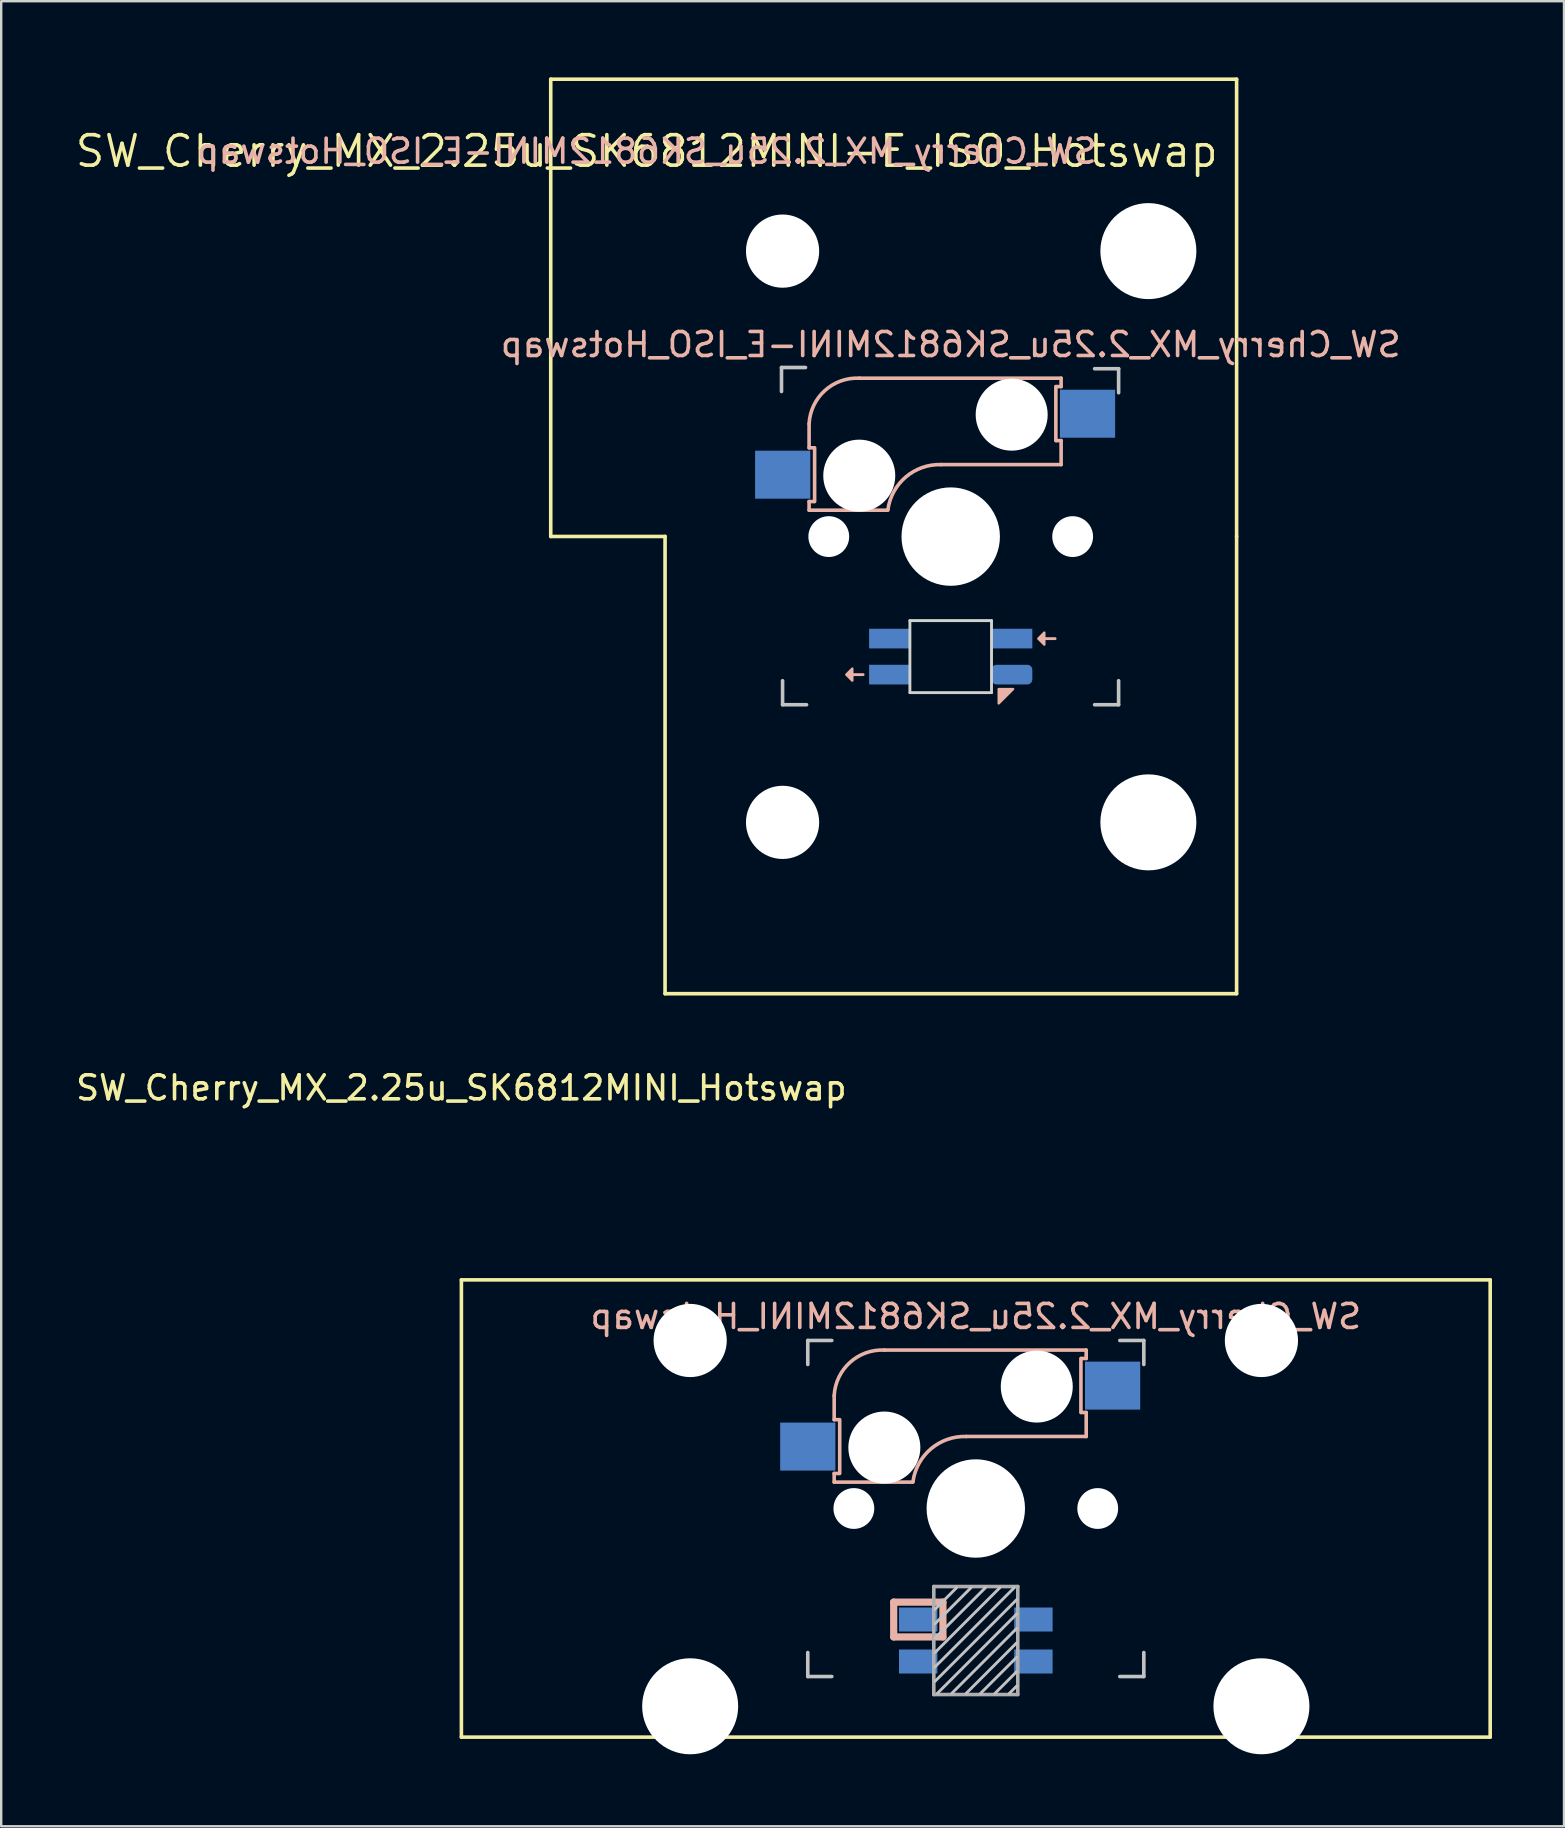
<source format=kicad_pcb>
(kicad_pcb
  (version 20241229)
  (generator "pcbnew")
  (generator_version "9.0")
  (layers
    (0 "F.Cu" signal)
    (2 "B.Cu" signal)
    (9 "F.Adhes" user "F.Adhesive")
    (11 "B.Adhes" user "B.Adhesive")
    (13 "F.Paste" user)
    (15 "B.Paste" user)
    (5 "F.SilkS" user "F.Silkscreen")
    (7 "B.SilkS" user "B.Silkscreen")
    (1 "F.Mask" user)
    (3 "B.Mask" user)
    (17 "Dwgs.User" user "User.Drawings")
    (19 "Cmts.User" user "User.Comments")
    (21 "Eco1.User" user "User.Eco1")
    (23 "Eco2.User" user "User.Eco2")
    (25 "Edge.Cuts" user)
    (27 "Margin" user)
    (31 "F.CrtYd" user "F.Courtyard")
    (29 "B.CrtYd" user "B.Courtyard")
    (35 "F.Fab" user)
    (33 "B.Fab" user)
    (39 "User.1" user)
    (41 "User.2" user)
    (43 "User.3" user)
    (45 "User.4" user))
  (footprint "SW_Cherry_MX_2.25u_SK6812MINI_Hotswap"
    (layer "F.Cu")
    (at 16.173 50.273)
    (property "Reference" "SW_Cherry_MX_2.25u_SK6812MINI_Hotswap" (at 0 -8 0) (unlocked yes) (layer "F.SilkS") (effects (font (size 1 1) (thickness 0.15))))
    (attr through_hole)
    (fp_line (start 0 0) (end 42.862 0) (stroke (width 0.15) (type solid)) (layer "F.SilkS"))
    (fp_line (start 0 19.05) (end 0 0) (stroke (width 0.15) (type solid)) (layer "F.SilkS"))
    (fp_line (start 42.862 0) (end 42.862 19.05) (stroke (width 0.15) (type solid)) (layer "F.SilkS"))
    (fp_line (start 42.862 19.05) (end 0 19.05) (stroke (width 0.15) (type solid)) (layer "F.SilkS"))
    (fp_line (start 15.531 4.825) (end 15.531 5.825) (stroke (width 0.15) (type solid)) (layer "B.SilkS"))
    (fp_line (start 15.531 5.825) (end 15.731 5.825) (stroke (width 0.15) (type solid)) (layer "B.SilkS"))
    (fp_line (start 15.531 8.425) (end 15.531 8.065) (stroke (width 0.15) (type solid)) (layer "B.SilkS"))
    (fp_line (start 15.531 8.425) (end 18.811 8.425) (stroke (width 0.15) (type solid)) (layer "B.SilkS"))
    (fp_line (start 15.731 8.065) (end 15.531 8.065) (stroke (width 0.15) (type solid)) (layer "B.SilkS"))
    (fp_line (start 15.761 5.825) (end 15.761 8.065) (stroke (width 0.15) (type solid)) (layer "B.SilkS"))
    (fp_line (start 18.011 13.425) (end 20.061 13.425) (stroke (width 0.3) (type solid)) (layer "B.SilkS"))
    (fp_line (start 18.011 14.875) (end 18.011 13.425) (stroke (width 0.3) (type solid)) (layer "B.SilkS"))
    (fp_line (start 20.061 13.425) (end 20.061 14.875) (stroke (width 0.3) (type solid)) (layer "B.SilkS"))
    (fp_line (start 20.061 14.875) (end 18.011 14.875) (stroke (width 0.3) (type solid)) (layer "B.SilkS"))
    (fp_line (start 21.031 6.525) (end 26.031 6.525) (stroke (width 0.15) (type solid)) (layer "B.SilkS"))
    (fp_line (start 25.811 5.525) (end 25.811 3.275) (stroke (width 0.15) (type solid)) (layer "B.SilkS"))
    (fp_line (start 25.831 3.275) (end 26.031 3.275) (stroke (width 0.15) (type solid)) (layer "B.SilkS"))
    (fp_line (start 26.031 2.925) (end 17.631 2.925) (stroke (width 0.15) (type solid)) (layer "B.SilkS"))
    (fp_line (start 26.031 3.275) (end 26.031 2.925) (stroke (width 0.15) (type solid)) (layer "B.SilkS"))
    (fp_line (start 26.031 5.525) (end 25.831 5.525) (stroke (width 0.15) (type solid)) (layer "B.SilkS"))
    (fp_line (start 26.031 6.525) (end 26.031 5.525) (stroke (width 0.15) (type solid)) (layer "B.SilkS"))
    (fp_arc (start 15.53125 4.825001) (mid 16.187746 3.440076) (end 17.631249 2.925) (stroke (width 0.15) (type solid)) (layer "B.SilkS"))
    (fp_arc (start 18.814932 8.403529) (mid 19.562541 7.038882) (end 21.03125 6.525) (stroke (width 0.15) (type solid)) (layer "B.SilkS"))
    (fp_line (start 14.431 2.525) (end 15.431 2.525) (stroke (width 0.15) (type solid)) (layer "Dwgs.User"))
    (fp_line (start 14.431 3.525) (end 14.431 2.525) (stroke (width 0.15) (type solid)) (layer "Dwgs.User"))
    (fp_line (start 14.431 15.525) (end 14.431 16.525) (stroke (width 0.15) (type solid)) (layer "Dwgs.User"))
    (fp_line (start 14.431 16.525) (end 15.431 16.525) (stroke (width 0.15) (type solid)) (layer "Dwgs.User"))
    (fp_line (start 20.631 12.825) (end 19.731 13.725) (stroke (width 0.12) (type solid)) (layer "Dwgs.User"))
    (fp_line (start 21.231 12.825) (end 19.731 14.325) (stroke (width 0.12) (type solid)) (layer "Dwgs.User"))
    (fp_line (start 21.831 12.825) (end 19.731 14.925) (stroke (width 0.12) (type solid)) (layer "Dwgs.User"))
    (fp_line (start 22.431 12.825) (end 19.731 15.525) (stroke (width 0.12) (type solid)) (layer "Dwgs.User"))
    (fp_line (start 23.031 12.825) (end 19.731 16.125) (stroke (width 0.12) (type solid)) (layer "Dwgs.User"))
    (fp_line (start 23.131 13.325) (end 19.731 16.725) (stroke (width 0.12) (type solid)) (layer "Dwgs.User"))
    (fp_line (start 23.131 13.925) (end 19.831 17.225) (stroke (width 0.12) (type solid)) (layer "Dwgs.User"))
    (fp_line (start 23.131 14.525) (end 20.431 17.225) (stroke (width 0.12) (type solid)) (layer "Dwgs.User"))
    (fp_line (start 23.131 15.125) (end 21.031 17.225) (stroke (width 0.12) (type solid)) (layer "Dwgs.User"))
    (fp_line (start 23.131 15.725) (end 21.631 17.225) (stroke (width 0.12) (type solid)) (layer "Dwgs.User"))
    (fp_line (start 23.131 16.325) (end 22.231 17.225) (stroke (width 0.12) (type solid)) (layer "Dwgs.User"))
    (fp_line (start 23.131 16.925) (end 22.831 17.225) (stroke (width 0.12) (type solid)) (layer "Dwgs.User"))
    (fp_line (start 27.431 16.525) (end 28.431 16.525) (stroke (width 0.15) (type solid)) (layer "Dwgs.User"))
    (fp_line (start 28.431 2.525) (end 27.431 2.525) (stroke (width 0.15) (type solid)) (layer "Dwgs.User"))
    (fp_line (start 28.431 2.525) (end 28.431 3.525) (stroke (width 0.15) (type solid)) (layer "Dwgs.User"))
    (fp_line (start 28.431 16.525) (end 28.431 15.525) (stroke (width 0.15) (type solid)) (layer "Dwgs.User"))
    (fp_line (start 5.301 17.297) (end 5.302 3.835) (stroke (width 0.05) (type solid)) (layer "Eco1.User"))
    (fp_line (start 5.302 3.835) (end 14.38 3.835) (stroke (width 0.05) (type solid)) (layer "Eco1.User"))
    (fp_line (start 11.779 16.129) (end 11.779 17.297) (stroke (width 0.05) (type solid)) (layer "Eco1.User"))
    (fp_line (start 11.779 17.297) (end 5.301 17.297) (stroke (width 0.05) (type solid)) (layer "Eco1.User"))
    (fp_line (start 14.38 2.475) (end 14.38 3.835) (stroke (width 0.05) (type solid)) (layer "Eco1.User"))
    (fp_line (start 14.38 2.475) (end 28.48 2.475) (stroke (width 0.05) (type solid)) (layer "Eco1.User"))
    (fp_line (start 14.38 16.13) (end 11.779 16.129) (stroke (width 0.05) (type solid)) (layer "Eco1.User"))
    (fp_line (start 14.38 16.13) (end 14.38 16.576) (stroke (width 0.05) (type solid)) (layer "Eco1.User"))
    (fp_line (start 14.446 16.51) (end 14.446 16.129) (stroke (width 0.05) (type solid)) (layer "Eco1.User"))
    (fp_line (start 28.48 2.475) (end 28.48 3.835) (stroke (width 0.05) (type solid)) (layer "Eco1.User"))
    (fp_line (start 28.48 16.13) (end 28.48 16.576) (stroke (width 0.05) (type solid)) (layer "Eco1.User"))
    (fp_line (start 28.48 16.13) (end 31.083 16.129) (stroke (width 0.05) (type solid)) (layer "Eco1.User"))
    (fp_line (start 28.48 16.576) (end 14.38 16.576) (stroke (width 0.05) (type solid)) (layer "Eco1.User"))
    (fp_line (start 31.083 16.129) (end 30.042 16.129) (stroke (width 0.05) (type solid)) (layer "Eco1.User"))
    (fp_line (start 31.083 17.297) (end 31.083 16.129) (stroke (width 0.05) (type solid)) (layer "Eco1.User"))
    (fp_line (start 31.083 17.297) (end 37.561 17.297) (stroke (width 0.05) (type solid)) (layer "Eco1.User"))
    (fp_line (start 37.56 3.835) (end 28.48 3.835) (stroke (width 0.05) (type solid)) (layer "Eco1.User"))
    (fp_line (start 37.561 17.297) (end 37.56 3.835) (stroke (width 0.05) (type solid)) (layer "Eco1.User"))
    (fp_line (start 19.681 12.775) (end 19.681 17.275) (stroke (width 0.15) (type solid)) (layer "F.Fab"))
    (fp_line (start 19.681 12.775) (end 23.181 12.775) (stroke (width 0.15) (type solid)) (layer "F.Fab"))
    (fp_line (start 23.181 12.775) (end 23.181 17.275) (stroke (width 0.15) (type solid)) (layer "F.Fab"))
    (fp_line (start 23.181 17.275) (end 19.681 17.275) (stroke (width 0.15) (type solid)) (layer "F.Fab"))
    (fp_text user "${REFERENCE}" (at 21.431 1.525 0) (layer "B.SilkS") (effects (font (size 1 1) (thickness 0.15)) (justify mirror)))
    (pad "" np_thru_hole circle (at 9.531 2.525) (size 3.05 3.05) (drill 3.05) (layers "*.Cu" "*.Mask"))
    (pad "" np_thru_hole circle (at 9.531 17.765) (size 4 4) (drill 4) (layers "*.Cu" "*.Mask"))
    (pad "" np_thru_hole circle (at 16.351 9.525) (size 1.7 1.7) (drill 1.7) (layers "*.Cu" "*.Mask"))
    (pad "" np_thru_hole circle (at 17.621 6.985 180) (size 3 3) (drill 3) (layers "*.Cu" "*.Mask"))
    (pad "" np_thru_hole circle (at 21.431 9.525 90) (size 4.1 4.1) (drill 4.1) (layers "*.Cu" "*.Mask"))
    (pad "" np_thru_hole circle (at 23.971 4.445 180) (size 3 3) (drill 3) (layers "*.Cu" "*.Mask"))
    (pad "" np_thru_hole circle (at 26.511 9.525) (size 1.7 1.7) (drill 1.7) (layers "*.Cu" "*.Mask"))
    (pad "" np_thru_hole circle (at 33.331 2.525) (size 3.05 3.05) (drill 3.05) (layers "*.Cu" "*.Mask"))
    (pad "" np_thru_hole circle (at 33.331 17.765) (size 4 4) (drill 4) (layers "*.Cu" "*.Mask"))
    (pad "1" smd rect (at 14.431 6.945 180) (size 2.3 2) (layers "B.Cu" "B.Mask" "B.Paste"))
    (pad "2" smd rect (at 27.131 4.405 180) (size 2.3 2) (layers "B.Cu" "B.Mask" "B.Paste"))
    (pad "3" smd rect (at 19.031 14.15) (size 1.6 1) (layers "B.Cu" "B.Mask" "B.Paste"))
    (pad "4" smd rect (at 19.031 15.9) (size 1.6 1) (layers "B.Cu" "B.Mask" "B.Paste"))
    (pad "5" smd rect (at 23.831 15.9) (size 1.6 1) (layers "B.Cu" "B.Mask" "B.Paste"))
    (pad "6" smd rect (at 23.831 14.15) (size 1.6 1) (layers "B.Cu" "B.Mask" "B.Paste")))
  (footprint "SW_Cherry_MX_2.25u_SK6812MINI-E_ISO_Hotswap"
    (layer "F.Cu")
    (at 19.895 0.25)
    (property "Reference" "SW_Cherry_MX_2.25u_SK6812MINI-E_ISO_Hotswap" (at 4 3 0) (layer "F.SilkS") (effects (font (size 1.27 1.27) (thickness 0.15))))
    (attr smd)
    (fp_line (start 0 0) (end 28.575 0) (stroke (width 0.15) (type solid)) (layer "F.SilkS"))
    (fp_line (start 0 19.05) (end 0 0) (stroke (width 0.15) (type solid)) (layer "F.SilkS"))
    (fp_line (start 0 19.05) (end 4.763 19.05) (stroke (width 0.15) (type solid)) (layer "F.SilkS"))
    (fp_line (start 4.763 19.05) (end 4.763 38.1) (stroke (width 0.15) (type solid)) (layer "F.SilkS"))
    (fp_line (start 4.763 38.1) (end 28.575 38.1) (stroke (width 0.15) (type solid)) (layer "F.SilkS"))
    (fp_line (start 28.575 0) (end 28.575 19.05) (stroke (width 0.15) (type solid)) (layer "F.SilkS"))
    (fp_line (start 28.575 19.05) (end 28.575 38.1) (stroke (width 0.15) (type solid)) (layer "F.SilkS"))
    (fp_line (start 10.764 14.357) (end 10.764 15.357) (stroke (width 0.15) (type solid)) (layer "B.SilkS"))
    (fp_line (start 10.764 15.357) (end 10.964 15.357) (stroke (width 0.15) (type solid)) (layer "B.SilkS"))
    (fp_line (start 10.764 17.956) (end 10.764 17.596) (stroke (width 0.15) (type solid)) (layer "B.SilkS"))
    (fp_line (start 10.764 17.956) (end 14.044 17.956) (stroke (width 0.15) (type solid)) (layer "B.SilkS"))
    (fp_line (start 10.964 17.596) (end 10.764 17.596) (stroke (width 0.15) (type solid)) (layer "B.SilkS"))
    (fp_line (start 10.994 15.357) (end 10.994 17.596) (stroke (width 0.15) (type solid)) (layer "B.SilkS"))
    (fp_line (start 12.564 24.806) (end 13.014 24.806) (stroke (width 0.12) (type solid)) (layer "B.SilkS"))
    (fp_line (start 16.264 16.056) (end 21.264 16.056) (stroke (width 0.15) (type solid)) (layer "B.SilkS"))
    (fp_line (start 20.564 23.306) (end 21.014 23.306) (stroke (width 0.12) (type solid)) (layer "B.SilkS"))
    (fp_line (start 21.044 15.056) (end 21.044 12.806) (stroke (width 0.15) (type solid)) (layer "B.SilkS"))
    (fp_line (start 21.064 12.806) (end 21.264 12.806) (stroke (width 0.15) (type solid)) (layer "B.SilkS"))
    (fp_line (start 21.264 12.457) (end 12.864 12.457) (stroke (width 0.15) (type solid)) (layer "B.SilkS"))
    (fp_line (start 21.264 12.806) (end 21.264 12.457) (stroke (width 0.15) (type solid)) (layer "B.SilkS"))
    (fp_line (start 21.264 15.056) (end 21.064 15.056) (stroke (width 0.15) (type solid)) (layer "B.SilkS"))
    (fp_line (start 21.264 16.056) (end 21.264 15.056) (stroke (width 0.15) (type solid)) (layer "B.SilkS"))
    (fp_arc (start 10.76435 14.356501) (mid 11.420846 12.971576) (end 12.864349 12.4565) (stroke (width 0.15) (type solid)) (layer "B.SilkS"))
    (fp_arc (start 14.048032 17.935029) (mid 14.795641 16.570382) (end 16.26435 16.0565) (stroke (width 0.15) (type solid)) (layer "B.SilkS"))
    (fp_poly (pts (xy 12.564 24.556) (xy 12.314 24.806) (xy 12.564 25.056)) (stroke (width 0.1) (type solid)) (fill yes) (layer "B.SilkS"))
    (fp_poly (pts (xy 18.664 26.006) (xy 18.664 25.407) (xy 19.264 25.407)) (stroke (width 0.1) (type solid)) (fill yes) (layer "B.SilkS"))
    (fp_poly (pts (xy 20.564 23.056) (xy 20.314 23.306) (xy 20.564 23.556)) (stroke (width 0.1) (type solid)) (fill yes) (layer "B.SilkS"))
    (fp_line (start 9.614 12.011) (end 9.614 13.011) (stroke (width 0.15) (type solid)) (layer "Dwgs.User"))
    (fp_line (start 9.614 12.011) (end 10.614 12.011) (stroke (width 0.15) (type solid)) (layer "Dwgs.User"))
    (fp_line (start 9.659 26.061) (end 9.659 25.061) (stroke (width 0.15) (type solid)) (layer "Dwgs.User"))
    (fp_line (start 10.659 26.061) (end 9.659 26.061) (stroke (width 0.15) (type solid)) (layer "Dwgs.User"))
    (fp_line (start 22.659 26.061) (end 23.659 26.061) (stroke (width 0.15) (type solid)) (layer "Dwgs.User"))
    (fp_line (start 23.659 12.062) (end 22.659 12.062) (stroke (width 0.15) (type solid)) (layer "Dwgs.User"))
    (fp_line (start 23.659 13.062) (end 23.659 12.062) (stroke (width 0.15) (type solid)) (layer "Dwgs.User"))
    (fp_line (start 23.659 26.061) (end 23.659 25.061) (stroke (width 0.15) (type solid)) (layer "Dwgs.User"))
    (fp_line (start 9.614 12.007) (end 10.614 12.007) (stroke (width 0.05) (type solid)) (layer "Eco1.User"))
    (fp_line (start 9.614 26.107) (end 9.614 12.007) (stroke (width 0.05) (type solid)) (layer "Eco1.User"))
    (fp_line (start 9.614 26.107) (end 10.614 26.107) (stroke (width 0.05) (type solid)) (layer "Eco1.User"))
    (fp_line (start 9.619 12.007) (end 10.614 12.007) (stroke (width 0.05) (type solid)) (layer "Eco1.User"))
    (fp_line (start 10.614 12.007) (end 10.614 3.557) (stroke (width 0.05) (type solid)) (layer "Eco1.User"))
    (fp_line (start 10.614 34.556) (end 10.614 26.107) (stroke (width 0.05) (type solid)) (layer "Eco1.User"))
    (fp_line (start 23.714 19.056) (end 23.714 10.556) (stroke (width 0.05) (type default)) (layer "Eco1.User"))
    (fp_line (start 23.714 19.056) (end 23.714 27.556) (stroke (width 0.05) (type solid)) (layer "Eco1.User"))
    (fp_line (start 23.714 27.556) (end 25.714 27.556) (stroke (width 0.05) (type solid)) (layer "Eco1.User"))
    (fp_line (start 25.714 3.557) (end 10.614 3.557) (stroke (width 0.05) (type solid)) (layer "Eco1.User"))
    (fp_line (start 25.714 10.556) (end 23.714 10.556) (stroke (width 0.05) (type solid)) (layer "Eco1.User"))
    (fp_line (start 25.714 10.556) (end 25.714 3.557) (stroke (width 0.05) (type solid)) (layer "Eco1.User"))
    (fp_line (start 25.714 27.556) (end 25.714 34.556) (stroke (width 0.05) (type solid)) (layer "Eco1.User"))
    (fp_line (start 25.714 34.556) (end 10.614 34.556) (stroke (width 0.05) (type solid)) (layer "Eco1.User"))
    (fp_line (start 14.964 22.556) (end 18.364 22.556) (stroke (width 0.12) (type solid)) (layer "Edge.Cuts"))
    (fp_line (start 14.964 25.556) (end 14.964 22.556) (stroke (width 0.12) (type solid)) (layer "Edge.Cuts"))
    (fp_line (start 18.364 22.556) (end 18.364 25.556) (stroke (width 0.12) (type solid)) (layer "Edge.Cuts"))
    (fp_line (start 18.364 25.556) (end 14.964 25.556) (stroke (width 0.12) (type solid)) (layer "Edge.Cuts"))
    (fp_text user "${REFERENCE}" (at 16.664 11.056 0) (layer "B.SilkS") (effects (font (size 1 1) (thickness 0.15)) (justify mirror)))
    (fp_text user "${REFERENCE}" (at 4 3 0) (layer "B.SilkS") (effects (font (size 1 1) (thickness 0.15)) (justify mirror)))
    (pad "" np_thru_hole circle (at 9.659 7.162 90) (size 3.05 3.05) (drill 3.05) (layers "*.Cu" "*.Mask"))
    (pad "" np_thru_hole circle (at 9.659 30.962 90) (size 3.05 3.05) (drill 3.05) (layers "*.Cu" "*.Mask"))
    (pad "" np_thru_hole circle (at 11.584 19.056) (size 1.7 1.7) (drill 1.7) (layers "*.Cu" "*.Mask"))
    (pad "" np_thru_hole circle (at 12.854 16.517 180) (size 3 3) (drill 3) (layers "*.Cu" "*.Mask"))
    (pad "" np_thru_hole circle (at 16.664 19.056 90) (size 4.1 4.1) (drill 4.1) (layers "*.Cu" "*.Mask"))
    (pad "" np_thru_hole circle (at 19.204 13.976 180) (size 3 3) (drill 3) (layers "*.Cu" "*.Mask"))
    (pad "" np_thru_hole circle (at 21.744 19.056) (size 1.7 1.7) (drill 1.7) (layers "*.Cu" "*.Mask"))
    (pad "" np_thru_hole circle (at 24.899 7.162 90) (size 4 4) (drill 4) (layers "*.Cu" "*.Mask"))
    (pad "" np_thru_hole circle (at 24.899 30.962 90) (size 4 4) (drill 4) (layers "*.Cu" "*.Mask"))
    (pad "1" smd rect (at 9.664 16.477 180) (size 2.3 2) (layers "B.Cu" "B.Mask" "B.Paste"))
    (pad "2" smd rect (at 22.364 13.937 180) (size 2.3 2) (layers "B.Cu" "B.Mask" "B.Paste"))
    (pad "3" smd rect (at 14.114 23.306) (size 1.7 0.82) (layers "B.Cu" "B.Mask" "B.Paste"))
    (pad "4" smd rect (at 14.114 24.806) (size 1.7 0.82) (layers "B.Cu" "B.Mask" "B.Paste"))
    (pad "5" smd roundrect (at 19.214 24.806) (size 1.7 0.82) (layers "B.Cu" "B.Mask" "B.Paste") (roundrect_rratio 0.25))
    (pad "6" smd rect (at 19.214 23.306) (size 1.7 0.82) (layers "B.Cu" "B.Mask" "B.Paste")))
  (gr_rect
    (start -3 -3)
    (end 62.11 73.038)
    (stroke (width 0.1) (type default))
    (fill no)
    (layer "Edge.Cuts")))
</source>
